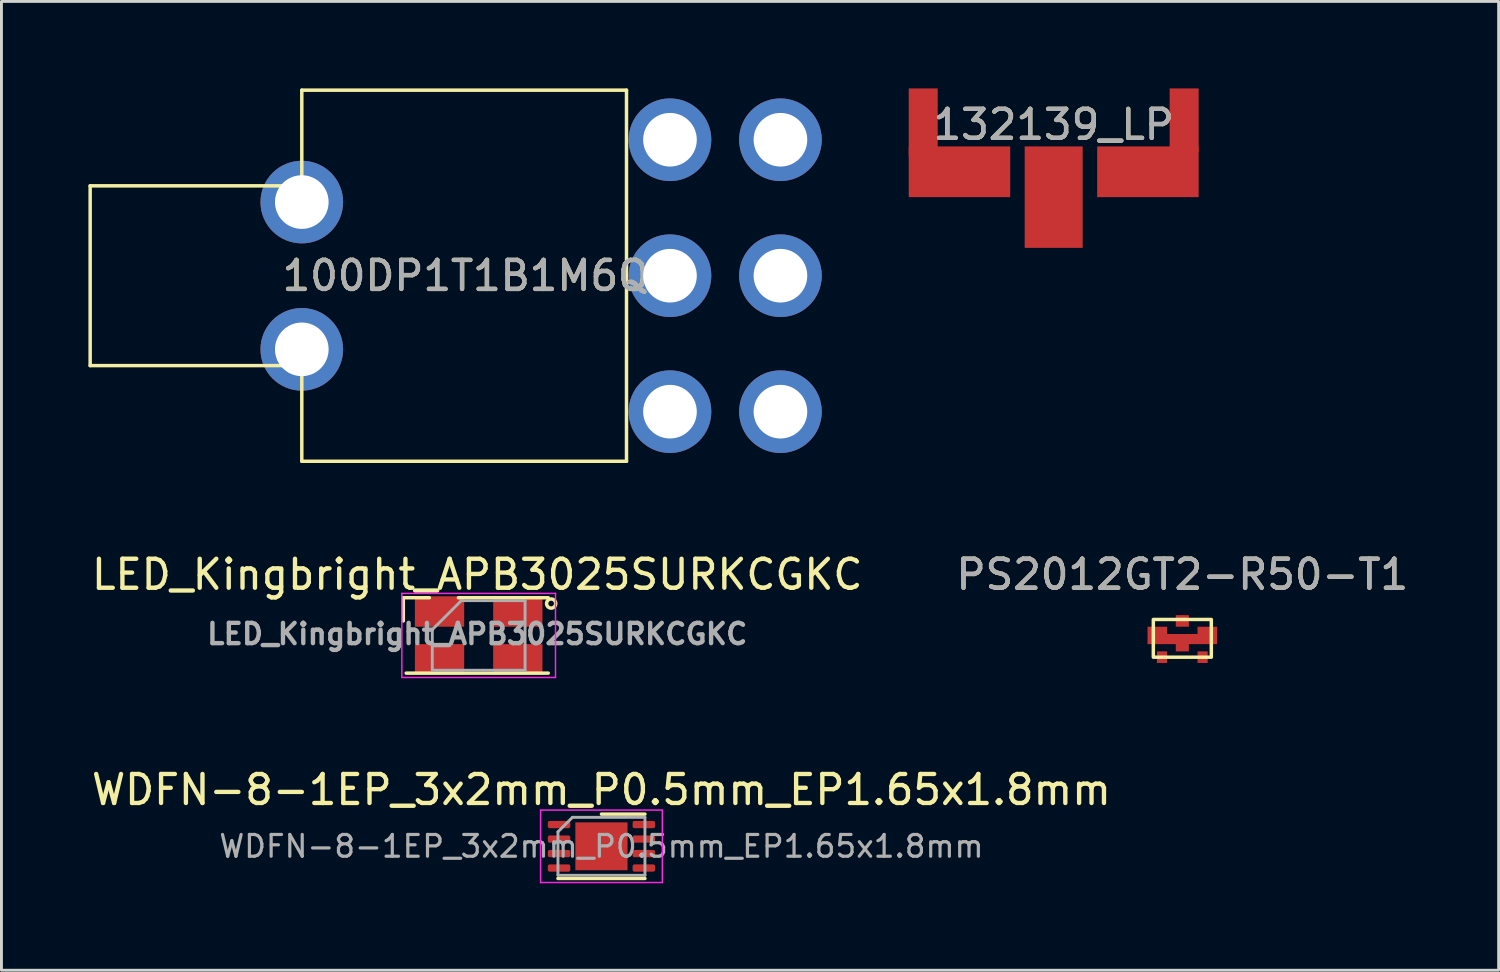
<source format=kicad_pcb>
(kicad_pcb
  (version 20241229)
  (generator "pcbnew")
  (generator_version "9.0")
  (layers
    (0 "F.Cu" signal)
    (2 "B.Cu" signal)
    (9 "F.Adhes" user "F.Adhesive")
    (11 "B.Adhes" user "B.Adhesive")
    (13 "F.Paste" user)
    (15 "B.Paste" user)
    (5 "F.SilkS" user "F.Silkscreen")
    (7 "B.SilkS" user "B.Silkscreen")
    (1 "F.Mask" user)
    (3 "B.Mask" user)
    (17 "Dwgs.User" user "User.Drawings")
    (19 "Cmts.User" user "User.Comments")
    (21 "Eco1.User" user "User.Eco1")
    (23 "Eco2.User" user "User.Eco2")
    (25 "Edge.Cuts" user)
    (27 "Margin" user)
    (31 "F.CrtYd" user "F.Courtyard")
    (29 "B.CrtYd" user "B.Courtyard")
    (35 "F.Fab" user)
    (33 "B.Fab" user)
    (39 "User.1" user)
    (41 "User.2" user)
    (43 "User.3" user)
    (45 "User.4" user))
  (footprint "WDFN-8-1EP_3x2mm_P0.5mm_EP1.65x1.8mm"
    (layer "F.Cu")
    (at 17.696 26.142)
    (property "Reference" "WDFN-8-1EP_3x2mm_P0.5mm_EP1.65x1.8mm" (at 0 -1.95 0) (layer "F.SilkS") (effects (font (size 1 1) (thickness 0.15))))
    (attr smd)
    (fp_line (start -1.5 1.11) (end 1.5 1.11) (stroke (width 0.12) (type solid)) (layer "F.SilkS"))
    (fp_line (start 0 -1.11) (end 1.5 -1.11) (stroke (width 0.12) (type solid)) (layer "F.SilkS"))
    (fp_line (start -2.1 -1.25) (end -2.1 1.25) (stroke (width 0.05) (type solid)) (layer "F.CrtYd"))
    (fp_line (start -2.1 1.25) (end 2.1 1.25) (stroke (width 0.05) (type solid)) (layer "F.CrtYd"))
    (fp_line (start 2.1 -1.25) (end -2.1 -1.25) (stroke (width 0.05) (type solid)) (layer "F.CrtYd"))
    (fp_line (start 2.1 1.25) (end 2.1 -1.25) (stroke (width 0.05) (type solid)) (layer "F.CrtYd"))
    (fp_line (start -1.5 -0.5) (end -1 -1) (stroke (width 0.1) (type solid)) (layer "F.Fab"))
    (fp_line (start -1.5 1) (end -1.5 -0.5) (stroke (width 0.1) (type solid)) (layer "F.Fab"))
    (fp_line (start -1 -1) (end 1.5 -1) (stroke (width 0.1) (type solid)) (layer "F.Fab"))
    (fp_line (start 1.5 -1) (end 1.5 1) (stroke (width 0.1) (type solid)) (layer "F.Fab"))
    (fp_line (start 1.5 1) (end -1.5 1) (stroke (width 0.1) (type solid)) (layer "F.Fab"))
    (fp_text user "${REFERENCE}" (at 0 0 0) (layer "F.Fab") (effects (font (size 0.75 0.75) (thickness 0.11))))
    (pad "" smd roundrect (at -0.325 -0.35) (size 0.52 0.56) (layers "F.Paste") (roundrect_rratio 0.25))
    (pad "" smd roundrect (at -0.325 0.35) (size 0.52 0.56) (layers "F.Paste") (roundrect_rratio 0.25))
    (pad "" smd roundrect (at 0.325 -0.35) (size 0.52 0.56) (layers "F.Paste") (roundrect_rratio 0.25))
    (pad "" smd roundrect (at 0.325 0.35) (size 0.52 0.56) (layers "F.Paste") (roundrect_rratio 0.25))
    (pad "1" smd roundrect (at -1.462 -0.75) (size 0.775 0.25) (layers "F.Cu" "F.Mask" "F.Paste") (roundrect_rratio 0.25))
    (pad "2" smd roundrect (at -1.462 -0.25) (size 0.775 0.25) (layers "F.Cu" "F.Mask" "F.Paste") (roundrect_rratio 0.25))
    (pad "3" smd roundrect (at -1.462 0.25) (size 0.775 0.25) (layers "F.Cu" "F.Mask" "F.Paste") (roundrect_rratio 0.25))
    (pad "4" smd roundrect (at -1.462 0.75) (size 0.775 0.25) (layers "F.Cu" "F.Mask" "F.Paste") (roundrect_rratio 0.25))
    (pad "5" smd roundrect (at 1.462 0.75) (size 0.775 0.25) (layers "F.Cu" "F.Mask" "F.Paste") (roundrect_rratio 0.25))
    (pad "6" smd roundrect (at 1.462 0.25) (size 0.775 0.25) (layers "F.Cu" "F.Mask" "F.Paste") (roundrect_rratio 0.25))
    (pad "7" smd roundrect (at 1.462 -0.25) (size 0.775 0.25) (layers "F.Cu" "F.Mask" "F.Paste") (roundrect_rratio 0.25))
    (pad "8" smd roundrect (at 1.462 -0.75) (size 0.775 0.25) (layers "F.Cu" "F.Mask" "F.Paste") (roundrect_rratio 0.25))
    (pad "9" smd rect (at 0 0) (size 1.8 1.65) (layers "F.Cu" "F.Mask")))
  (footprint "PS2012GT2-R50-T1"
    (layer "F.Cu")
    (at 37.732 18.968)
    (property "Reference" "PS2012GT2-R50-T1" (at 0 -2.2 0) (unlocked yes) (layer "F.SilkS") (effects (font (size 1 1) (thickness 0.15))))
    (attr smd)
    (fp_poly (pts (xy -0.525 -0.15) (xy 0.525 -0.15) (xy 0.525 -0.4) (xy 1.2 -0.4) (xy 1.2 0.2) (xy 0.225 0.2) (xy 0.225 0.45) (xy -0.225 0.45) (xy -0.225 0.2) (xy -1.2 0.2) (xy -1.2 -0.4) (xy -0.525 -0.4)) (stroke (width 0.12) (type solid)) (fill yes) (layer "F.Mask"))
    (fp_rect (start -1 -0.65) (end 1 0.65) (stroke (width 0.12) (type solid)) (fill no) (layer "F.SilkS"))
    (fp_text user "${REFERENCE}" (at 0 -2.2 0) (unlocked yes) (layer "F.Fab") (effects (font (size 1 1) (thickness 0.15))))
    (pad "1" smd rect (at 0 -0.6) (size 0.45 0.4) (layers "F.Cu" "F.Mask" "F.Paste"))
    (pad "2" smd rect (at -0.7 0.65) (size 0.35 0.4) (layers "F.Cu" "F.Mask" "F.Paste"))
    (pad "3" smd rect (at 0.7 0.65) (size 0.35 0.4) (layers "F.Cu" "F.Mask" "F.Paste"))
    (pad "4" smd custom (at -1.2 -0.4) (size 0.001 0.001) (layers "F.Cu" "F.Mask" "F.Paste") (options (anchor circle)) (primitives (gr_poly (pts (xy 0 0) (xy 0.675 0) (xy 0.675 0.25) (xy 1.725 0.25) (xy 1.725 0) (xy 2.4 0) (xy 2.4 0.6) (xy 1.425 0.6) (xy 1.425 0.85) (xy 0.975 0.85) (xy 0.975 0.6) (xy 0 0.6)) (width 0) (fill yes)))))
  (footprint "132139_LP"
    (layer "F.Cu")
    (at 33.295 3.75)
    (property "Reference" "132139_LP" (at 0 -2.5 0) (unlocked yes) (layer "F.SilkS") (effects (font (size 1 1) (thickness 0.15))))
    (attr smd)
    (fp_text user "${REFERENCE}" (at 0 -2.5 0) (unlocked yes) (layer "F.Fab") (effects (font (size 1 1) (thickness 0.15))))
    (pad "1" smd rect (at 0 0) (size 2 3.5) (layers "F.Cu" "F.Mask" "F.Paste"))
    (pad "2" smd rect (at -4.5 -2.575) (size 1 2.35) (layers "F.Cu" "F.Mask" "F.Paste"))
    (pad "2" smd rect (at -3.25 -0.875) (size 3.5 1.75) (layers "F.Cu" "F.Mask" "F.Paste"))
    (pad "2" smd rect (at 3.25 -0.875) (size 3.5 1.75) (layers "F.Cu" "F.Mask" "F.Paste"))
    (pad "2" smd rect (at 4.5 -2.65) (size 1 2.2) (layers "F.Cu" "F.Mask" "F.Paste")))
  (footprint "100DP1T1B1M6QE"
    (layer "F.Cu")
    (at 20.06 6.46)
    (property "Reference" "100DP1T1B1M6QE" (at -6.6 0 0) (unlocked yes) (layer "F.SilkS") (effects (font (size 1 1) (thickness 0.15))))
    (attr through_hole)
    (fp_line (start -20 -3.1) (end -12.7 -3.1) (stroke (width 0.12) (type solid)) (layer "F.SilkS"))
    (fp_line (start -20 3.1) (end -20 -3.1) (stroke (width 0.12) (type solid)) (layer "F.SilkS"))
    (fp_line (start -12.7 -6.4) (end -1.5 -6.4) (stroke (width 0.12) (type solid)) (layer "F.SilkS"))
    (fp_line (start -12.7 -3.1) (end -12.7 -6.4) (stroke (width 0.12) (type solid)) (layer "F.SilkS"))
    (fp_line (start -12.7 3.1) (end -20 3.1) (stroke (width 0.12) (type solid)) (layer "F.SilkS"))
    (fp_line (start -12.7 6.4) (end -12.7 3.1) (stroke (width 0.12) (type solid)) (layer "F.SilkS"))
    (fp_line (start -1.5 -6.4) (end -1.5 6.4) (stroke (width 0.12) (type solid)) (layer "F.SilkS"))
    (fp_line (start -1.5 6.4) (end -12.7 6.4) (stroke (width 0.12) (type solid)) (layer "F.SilkS"))
    (fp_text user "${REFERENCE}" (at -6.6 0 0) (unlocked yes) (layer "F.Fab") (effects (font (size 1 1) (thickness 0.15))))
    (pad "1" thru_hole circle (at 0 4.69) (size 2.85 2.85) (drill 1.85) (layers "*.Cu" "*.Mask"))
    (pad "2" thru_hole circle (at 0 0) (size 2.85 2.85) (drill 1.85) (layers "*.Cu" "*.Mask"))
    (pad "3" thru_hole circle (at 0 -4.69) (size 2.85 2.85) (drill 1.85) (layers "*.Cu" "*.Mask"))
    (pad "4" thru_hole circle (at 3.81 4.69) (size 2.85 2.85) (drill 1.85) (layers "*.Cu" "*.Mask"))
    (pad "5" thru_hole circle (at 3.81 0) (size 2.85 2.85) (drill 1.85) (layers "*.Cu" "*.Mask"))
    (pad "6" thru_hole circle (at 3.81 -4.69) (size 2.85 2.85) (drill 1.85) (layers "*.Cu" "*.Mask"))
    (pad "7" thru_hole circle (at -12.7 2.54) (size 2.85 2.85) (drill 1.85) (layers "*.Cu" "*.Mask"))
    (pad "8" thru_hole circle (at -12.7 -2.54) (size 2.85 2.85) (drill 1.85) (layers "*.Cu" "*.Mask")))
  (footprint "LED_Kingbright_APB3025SURKCGKC"
    (layer "F.Cu")
    (at 13.461 18.868)
    (property "Reference" "LED_Kingbright_APB3025SURKCGKC" (at -0.05 -2.1 0) (layer "F.SilkS") (effects (font (size 1 1) (thickness 0.15))))
    (attr smd)
    (fp_line (start -2.6 -1.3) (end -2.6 -0.5) (stroke (width 0.12) (type solid)) (layer "F.SilkS"))
    (fp_line (start -2.6 -1.3) (end -1.7 -1.3) (stroke (width 0.12) (type solid)) (layer "F.SilkS"))
    (fp_line (start -2.5 1.3) (end 2.4 1.3) (stroke (width 0.12) (type solid)) (layer "F.SilkS"))
    (fp_line (start 2.4 -1.3) (end -0.7 -1.3) (stroke (width 0.12) (type solid)) (layer "F.SilkS"))
    (fp_circle (center 2.5 -1.1) (end 2.65 -1.05) (stroke (width 0.12) (type solid)) (fill no) (layer "F.SilkS"))
    (fp_line (start -2.65 -1.45) (end -2.65 1.45) (stroke (width 0.05) (type solid)) (layer "F.CrtYd"))
    (fp_line (start -2.65 1.45) (end 2.65 1.45) (stroke (width 0.05) (type solid)) (layer "F.CrtYd"))
    (fp_line (start 2.65 -1.45) (end -2.65 -1.45) (stroke (width 0.05) (type solid)) (layer "F.CrtYd"))
    (fp_line (start 2.65 1.45) (end 2.65 -1.45) (stroke (width 0.05) (type solid)) (layer "F.CrtYd"))
    (fp_line (start -1.6 1.2) (end -1.6 -0.2) (stroke (width 0.1) (type solid)) (layer "F.Fab"))
    (fp_line (start -0.6 -1.2) (end -1.6 -0.2) (stroke (width 0.1) (type solid)) (layer "F.Fab"))
    (fp_line (start -0.6 -1.2) (end 1.6 -1.2) (stroke (width 0.1) (type solid)) (layer "F.Fab"))
    (fp_line (start 1.6 -1.2) (end 1.6 1.2) (stroke (width 0.1) (type solid)) (layer "F.Fab"))
    (fp_line (start 1.6 1.2) (end -1.6 1.2) (stroke (width 0.1) (type solid)) (layer "F.Fab"))
    (fp_text user "${REFERENCE}" (at -0.05 -0.05 0) (layer "F.Fab") (effects (font (size 0.7 0.7) (thickness 0.15))))
    (pad "1" smd rect (at 1.35 -0.825 180) (size 1.7 1.05) (layers "F.Cu" "F.Mask" "F.Paste"))
    (pad "2" smd rect (at -1.35 -0.825 180) (size 1.7 1.05) (layers "F.Cu" "F.Mask" "F.Paste"))
    (pad "3" smd rect (at 1.35 0.825 180) (size 1.7 1.05) (layers "F.Cu" "F.Mask" "F.Paste"))
    (pad "4" smd rect (at -1.35 0.825 180) (size 1.7 1.05) (layers "F.Cu" "F.Mask" "F.Paste")))
  (gr_rect
    (start -3 -3)
    (end 48.643 30.416)
    (stroke (width 0.1) (type default))
    (fill no)
    (layer "Edge.Cuts")))
</source>
